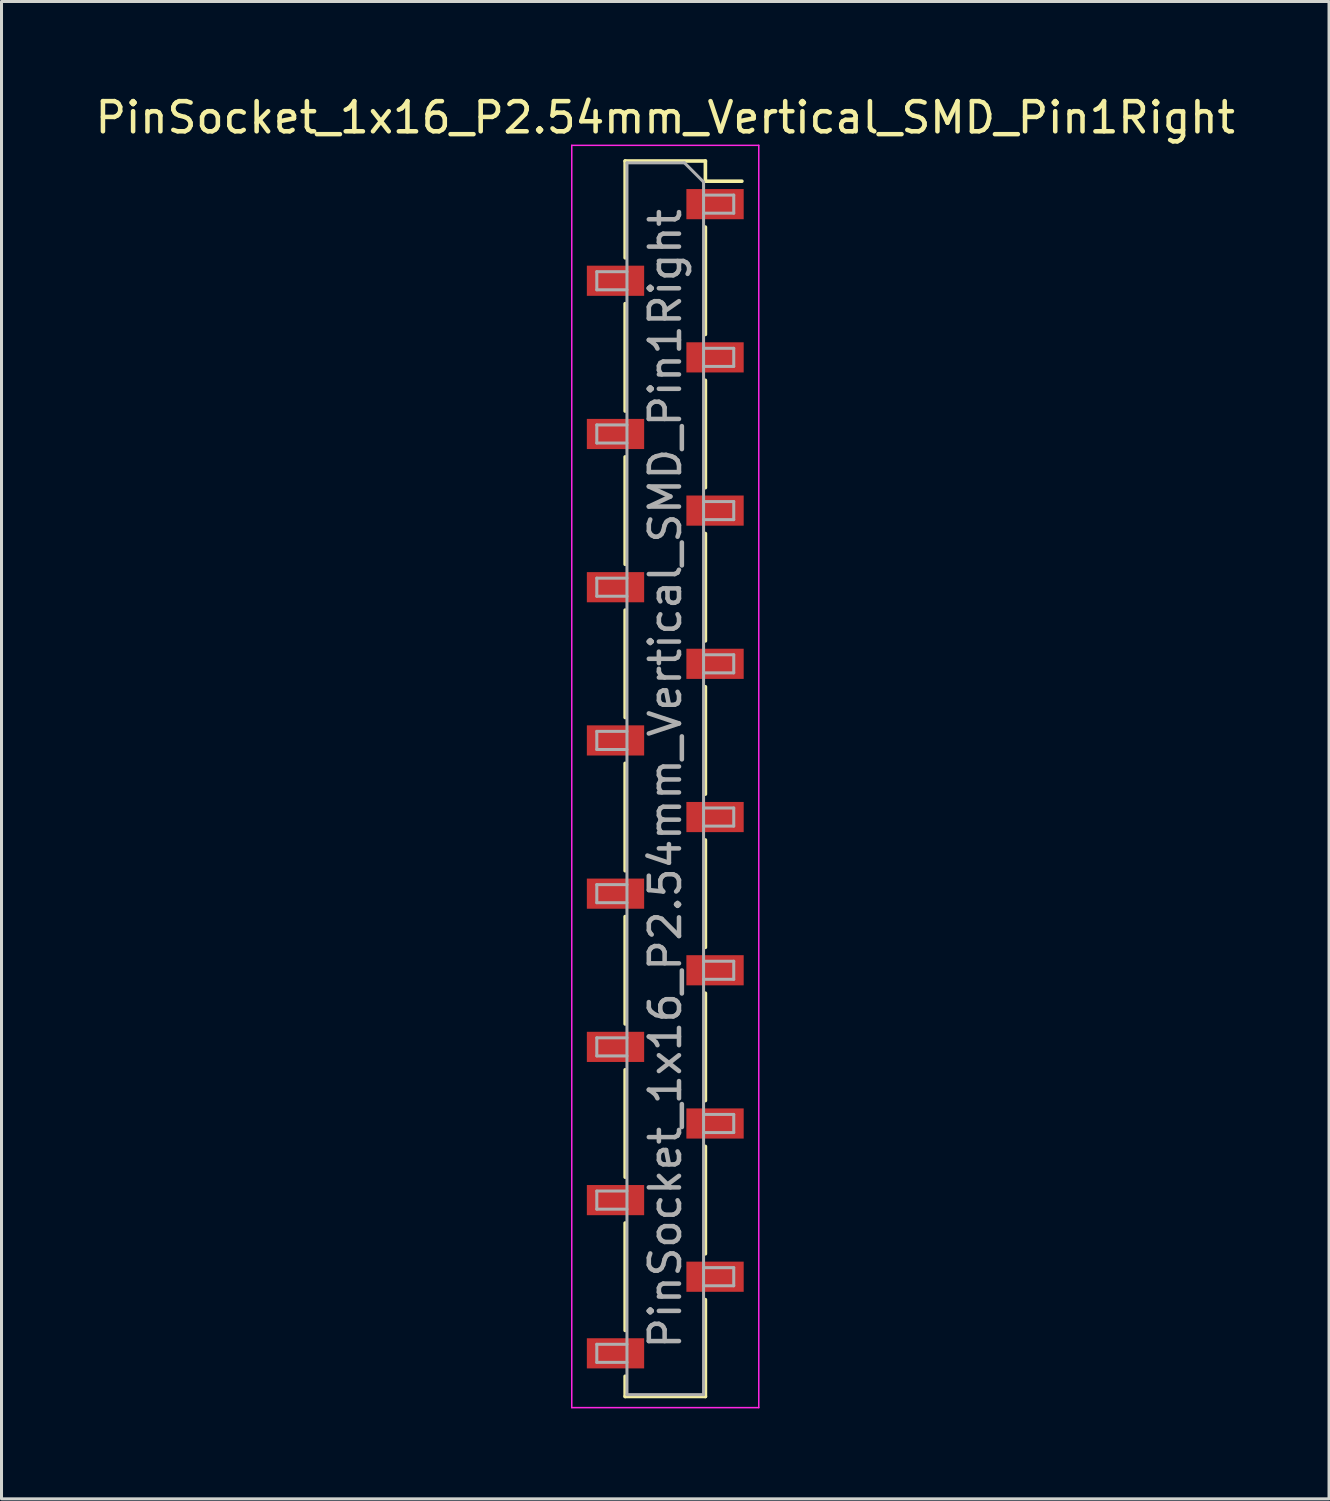
<source format=kicad_pcb>
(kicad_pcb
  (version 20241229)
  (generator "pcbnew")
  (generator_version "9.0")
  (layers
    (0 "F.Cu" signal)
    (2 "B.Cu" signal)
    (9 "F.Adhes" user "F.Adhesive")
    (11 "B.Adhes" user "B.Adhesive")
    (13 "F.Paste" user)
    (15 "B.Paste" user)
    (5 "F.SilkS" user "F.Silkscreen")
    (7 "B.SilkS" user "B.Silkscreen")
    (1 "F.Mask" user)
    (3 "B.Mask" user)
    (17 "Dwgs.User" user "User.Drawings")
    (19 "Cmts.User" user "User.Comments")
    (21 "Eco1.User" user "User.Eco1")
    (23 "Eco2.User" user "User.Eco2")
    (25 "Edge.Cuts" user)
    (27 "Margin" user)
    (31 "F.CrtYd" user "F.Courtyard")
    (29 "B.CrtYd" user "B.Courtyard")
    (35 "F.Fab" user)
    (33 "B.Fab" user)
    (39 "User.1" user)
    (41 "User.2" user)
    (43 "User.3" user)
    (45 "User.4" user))
  (footprint "PinSocket_1x16_P2.54mm_Vertical_SMD_Pin1Right"
    (layer "F.Cu")
    (at 19.006 22.768)
    (property "Reference" "PinSocket_1x16_P2.54mm_Vertical_SMD_Pin1Right" (at 0 -21.92 0) (layer "F.SilkS") (effects (font (size 1 1) (thickness 0.15))))
    (attr smd)
    (fp_line (start -1.33 -20.48) (end -1.33 -17.27) (stroke (width 0.12) (type solid)) (layer "F.SilkS"))
    (fp_line (start -1.33 -20.48) (end 1.33 -20.48) (stroke (width 0.12) (type solid)) (layer "F.SilkS"))
    (fp_line (start -1.33 -15.75) (end -1.33 -12.19) (stroke (width 0.12) (type solid)) (layer "F.SilkS"))
    (fp_line (start -1.33 -10.67) (end -1.33 -7.11) (stroke (width 0.12) (type solid)) (layer "F.SilkS"))
    (fp_line (start -1.33 -5.59) (end -1.33 -2.03) (stroke (width 0.12) (type solid)) (layer "F.SilkS"))
    (fp_line (start -1.33 -0.51) (end -1.33 3.05) (stroke (width 0.12) (type solid)) (layer "F.SilkS"))
    (fp_line (start -1.33 4.57) (end -1.33 8.13) (stroke (width 0.12) (type solid)) (layer "F.SilkS"))
    (fp_line (start -1.33 9.65) (end -1.33 13.21) (stroke (width 0.12) (type solid)) (layer "F.SilkS"))
    (fp_line (start -1.33 14.73) (end -1.33 18.29) (stroke (width 0.12) (type solid)) (layer "F.SilkS"))
    (fp_line (start -1.33 19.81) (end -1.33 20.48) (stroke (width 0.12) (type solid)) (layer "F.SilkS"))
    (fp_line (start -1.33 20.48) (end 1.33 20.48) (stroke (width 0.12) (type solid)) (layer "F.SilkS"))
    (fp_line (start 1.33 -20.48) (end 1.33 -19.81) (stroke (width 0.12) (type solid)) (layer "F.SilkS"))
    (fp_line (start 1.33 -19.81) (end 2.54 -19.81) (stroke (width 0.12) (type solid)) (layer "F.SilkS"))
    (fp_line (start 1.33 -18.29) (end 1.33 -14.73) (stroke (width 0.12) (type solid)) (layer "F.SilkS"))
    (fp_line (start 1.33 -13.21) (end 1.33 -9.65) (stroke (width 0.12) (type solid)) (layer "F.SilkS"))
    (fp_line (start 1.33 -8.13) (end 1.33 -4.57) (stroke (width 0.12) (type solid)) (layer "F.SilkS"))
    (fp_line (start 1.33 -3.05) (end 1.33 0.51) (stroke (width 0.12) (type solid)) (layer "F.SilkS"))
    (fp_line (start 1.33 2.03) (end 1.33 5.59) (stroke (width 0.12) (type solid)) (layer "F.SilkS"))
    (fp_line (start 1.33 7.11) (end 1.33 10.67) (stroke (width 0.12) (type solid)) (layer "F.SilkS"))
    (fp_line (start 1.33 12.19) (end 1.33 15.75) (stroke (width 0.12) (type solid)) (layer "F.SilkS"))
    (fp_line (start 1.33 17.27) (end 1.33 20.48) (stroke (width 0.12) (type solid)) (layer "F.SilkS"))
    (fp_line (start -3.1 -21) (end 3.1 -21) (stroke (width 0.05) (type solid)) (layer "F.CrtYd"))
    (fp_line (start -3.1 20.85) (end -3.1 -21) (stroke (width 0.05) (type solid)) (layer "F.CrtYd"))
    (fp_line (start 3.1 -21) (end 3.1 20.85) (stroke (width 0.05) (type solid)) (layer "F.CrtYd"))
    (fp_line (start 3.1 20.85) (end -3.1 20.85) (stroke (width 0.05) (type solid)) (layer "F.CrtYd"))
    (fp_line (start -2.27 -16.81) (end -1.27 -16.81) (stroke (width 0.1) (type solid)) (layer "F.Fab"))
    (fp_line (start -2.27 -16.21) (end -2.27 -16.81) (stroke (width 0.1) (type solid)) (layer "F.Fab"))
    (fp_line (start -2.27 -11.73) (end -1.27 -11.73) (stroke (width 0.1) (type solid)) (layer "F.Fab"))
    (fp_line (start -2.27 -11.13) (end -2.27 -11.73) (stroke (width 0.1) (type solid)) (layer "F.Fab"))
    (fp_line (start -2.27 -6.65) (end -1.27 -6.65) (stroke (width 0.1) (type solid)) (layer "F.Fab"))
    (fp_line (start -2.27 -6.05) (end -2.27 -6.65) (stroke (width 0.1) (type solid)) (layer "F.Fab"))
    (fp_line (start -2.27 -1.57) (end -1.27 -1.57) (stroke (width 0.1) (type solid)) (layer "F.Fab"))
    (fp_line (start -2.27 -0.97) (end -2.27 -1.57) (stroke (width 0.1) (type solid)) (layer "F.Fab"))
    (fp_line (start -2.27 3.51) (end -1.27 3.51) (stroke (width 0.1) (type solid)) (layer "F.Fab"))
    (fp_line (start -2.27 4.11) (end -2.27 3.51) (stroke (width 0.1) (type solid)) (layer "F.Fab"))
    (fp_line (start -2.27 8.59) (end -1.27 8.59) (stroke (width 0.1) (type solid)) (layer "F.Fab"))
    (fp_line (start -2.27 9.19) (end -2.27 8.59) (stroke (width 0.1) (type solid)) (layer "F.Fab"))
    (fp_line (start -2.27 13.67) (end -1.27 13.67) (stroke (width 0.1) (type solid)) (layer "F.Fab"))
    (fp_line (start -2.27 14.27) (end -2.27 13.67) (stroke (width 0.1) (type solid)) (layer "F.Fab"))
    (fp_line (start -2.27 18.75) (end -1.27 18.75) (stroke (width 0.1) (type solid)) (layer "F.Fab"))
    (fp_line (start -2.27 19.35) (end -2.27 18.75) (stroke (width 0.1) (type solid)) (layer "F.Fab"))
    (fp_line (start -1.27 -20.42) (end 0.635 -20.42) (stroke (width 0.1) (type solid)) (layer "F.Fab"))
    (fp_line (start -1.27 -16.21) (end -2.27 -16.21) (stroke (width 0.1) (type solid)) (layer "F.Fab"))
    (fp_line (start -1.27 -11.13) (end -2.27 -11.13) (stroke (width 0.1) (type solid)) (layer "F.Fab"))
    (fp_line (start -1.27 -6.05) (end -2.27 -6.05) (stroke (width 0.1) (type solid)) (layer "F.Fab"))
    (fp_line (start -1.27 -0.97) (end -2.27 -0.97) (stroke (width 0.1) (type solid)) (layer "F.Fab"))
    (fp_line (start -1.27 4.11) (end -2.27 4.11) (stroke (width 0.1) (type solid)) (layer "F.Fab"))
    (fp_line (start -1.27 9.19) (end -2.27 9.19) (stroke (width 0.1) (type solid)) (layer "F.Fab"))
    (fp_line (start -1.27 14.27) (end -2.27 14.27) (stroke (width 0.1) (type solid)) (layer "F.Fab"))
    (fp_line (start -1.27 19.35) (end -2.27 19.35) (stroke (width 0.1) (type solid)) (layer "F.Fab"))
    (fp_line (start -1.27 20.42) (end -1.27 -20.42) (stroke (width 0.1) (type solid)) (layer "F.Fab"))
    (fp_line (start 0.635 -20.42) (end 1.27 -19.785) (stroke (width 0.1) (type solid)) (layer "F.Fab"))
    (fp_line (start 1.27 -19.785) (end 1.27 20.42) (stroke (width 0.1) (type solid)) (layer "F.Fab"))
    (fp_line (start 1.27 -19.35) (end 2.27 -19.35) (stroke (width 0.1) (type solid)) (layer "F.Fab"))
    (fp_line (start 1.27 -14.27) (end 2.27 -14.27) (stroke (width 0.1) (type solid)) (layer "F.Fab"))
    (fp_line (start 1.27 -9.19) (end 2.27 -9.19) (stroke (width 0.1) (type solid)) (layer "F.Fab"))
    (fp_line (start 1.27 -4.11) (end 2.27 -4.11) (stroke (width 0.1) (type solid)) (layer "F.Fab"))
    (fp_line (start 1.27 0.97) (end 2.27 0.97) (stroke (width 0.1) (type solid)) (layer "F.Fab"))
    (fp_line (start 1.27 6.05) (end 2.27 6.05) (stroke (width 0.1) (type solid)) (layer "F.Fab"))
    (fp_line (start 1.27 11.13) (end 2.27 11.13) (stroke (width 0.1) (type solid)) (layer "F.Fab"))
    (fp_line (start 1.27 16.21) (end 2.27 16.21) (stroke (width 0.1) (type solid)) (layer "F.Fab"))
    (fp_line (start 1.27 20.42) (end -1.27 20.42) (stroke (width 0.1) (type solid)) (layer "F.Fab"))
    (fp_line (start 2.27 -19.35) (end 2.27 -18.75) (stroke (width 0.1) (type solid)) (layer "F.Fab"))
    (fp_line (start 2.27 -18.75) (end 1.27 -18.75) (stroke (width 0.1) (type solid)) (layer "F.Fab"))
    (fp_line (start 2.27 -14.27) (end 2.27 -13.67) (stroke (width 0.1) (type solid)) (layer "F.Fab"))
    (fp_line (start 2.27 -13.67) (end 1.27 -13.67) (stroke (width 0.1) (type solid)) (layer "F.Fab"))
    (fp_line (start 2.27 -9.19) (end 2.27 -8.59) (stroke (width 0.1) (type solid)) (layer "F.Fab"))
    (fp_line (start 2.27 -8.59) (end 1.27 -8.59) (stroke (width 0.1) (type solid)) (layer "F.Fab"))
    (fp_line (start 2.27 -4.11) (end 2.27 -3.51) (stroke (width 0.1) (type solid)) (layer "F.Fab"))
    (fp_line (start 2.27 -3.51) (end 1.27 -3.51) (stroke (width 0.1) (type solid)) (layer "F.Fab"))
    (fp_line (start 2.27 0.97) (end 2.27 1.57) (stroke (width 0.1) (type solid)) (layer "F.Fab"))
    (fp_line (start 2.27 1.57) (end 1.27 1.57) (stroke (width 0.1) (type solid)) (layer "F.Fab"))
    (fp_line (start 2.27 6.05) (end 2.27 6.65) (stroke (width 0.1) (type solid)) (layer "F.Fab"))
    (fp_line (start 2.27 6.65) (end 1.27 6.65) (stroke (width 0.1) (type solid)) (layer "F.Fab"))
    (fp_line (start 2.27 11.13) (end 2.27 11.73) (stroke (width 0.1) (type solid)) (layer "F.Fab"))
    (fp_line (start 2.27 11.73) (end 1.27 11.73) (stroke (width 0.1) (type solid)) (layer "F.Fab"))
    (fp_line (start 2.27 16.21) (end 2.27 16.81) (stroke (width 0.1) (type solid)) (layer "F.Fab"))
    (fp_line (start 2.27 16.81) (end 1.27 16.81) (stroke (width 0.1) (type solid)) (layer "F.Fab"))
    (fp_text user "${REFERENCE}" (at 0 0 90) (layer "F.Fab") (effects (font (size 1 1) (thickness 0.15))))
    (pad "1" smd rect (at 1.65 -19.05) (size 1.9 1) (layers "F.Cu" "F.Mask" "F.Paste"))
    (pad "2" smd rect (at -1.65 -16.51) (size 1.9 1) (layers "F.Cu" "F.Mask" "F.Paste"))
    (pad "3" smd rect (at 1.65 -13.97) (size 1.9 1) (layers "F.Cu" "F.Mask" "F.Paste"))
    (pad "4" smd rect (at -1.65 -11.43) (size 1.9 1) (layers "F.Cu" "F.Mask" "F.Paste"))
    (pad "5" smd rect (at 1.65 -8.89) (size 1.9 1) (layers "F.Cu" "F.Mask" "F.Paste"))
    (pad "6" smd rect (at -1.65 -6.35) (size 1.9 1) (layers "F.Cu" "F.Mask" "F.Paste"))
    (pad "7" smd rect (at 1.65 -3.81) (size 1.9 1) (layers "F.Cu" "F.Mask" "F.Paste"))
    (pad "8" smd rect (at -1.65 -1.27) (size 1.9 1) (layers "F.Cu" "F.Mask" "F.Paste"))
    (pad "9" smd rect (at 1.65 1.27) (size 1.9 1) (layers "F.Cu" "F.Mask" "F.Paste"))
    (pad "10" smd rect (at -1.65 3.81) (size 1.9 1) (layers "F.Cu" "F.Mask" "F.Paste"))
    (pad "11" smd rect (at 1.65 6.35) (size 1.9 1) (layers "F.Cu" "F.Mask" "F.Paste"))
    (pad "12" smd rect (at -1.65 8.89) (size 1.9 1) (layers "F.Cu" "F.Mask" "F.Paste"))
    (pad "13" smd rect (at 1.65 11.43) (size 1.9 1) (layers "F.Cu" "F.Mask" "F.Paste"))
    (pad "14" smd rect (at -1.65 13.97) (size 1.9 1) (layers "F.Cu" "F.Mask" "F.Paste"))
    (pad "15" smd rect (at 1.65 16.51) (size 1.9 1) (layers "F.Cu" "F.Mask" "F.Paste"))
    (pad "16" smd rect (at -1.65 19.05) (size 1.9 1) (layers "F.Cu" "F.Mask" "F.Paste")))
  (gr_rect
    (start -3 -3)
    (end 41.012 46.643)
    (stroke (width 0.1) (type default))
    (fill no)
    (layer "Edge.Cuts")))
</source>
